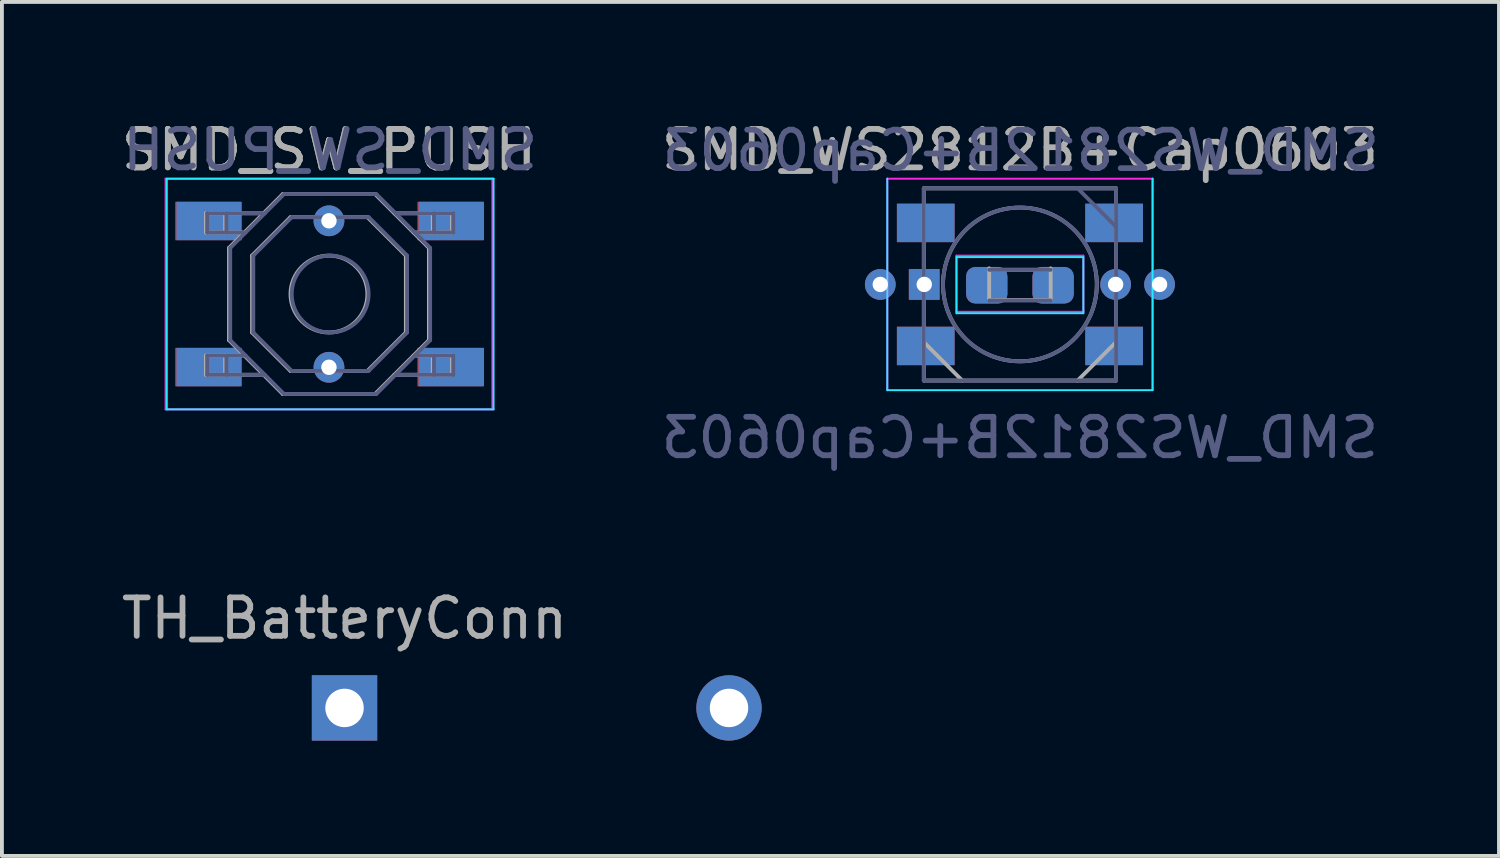
<source format=kicad_pcb>
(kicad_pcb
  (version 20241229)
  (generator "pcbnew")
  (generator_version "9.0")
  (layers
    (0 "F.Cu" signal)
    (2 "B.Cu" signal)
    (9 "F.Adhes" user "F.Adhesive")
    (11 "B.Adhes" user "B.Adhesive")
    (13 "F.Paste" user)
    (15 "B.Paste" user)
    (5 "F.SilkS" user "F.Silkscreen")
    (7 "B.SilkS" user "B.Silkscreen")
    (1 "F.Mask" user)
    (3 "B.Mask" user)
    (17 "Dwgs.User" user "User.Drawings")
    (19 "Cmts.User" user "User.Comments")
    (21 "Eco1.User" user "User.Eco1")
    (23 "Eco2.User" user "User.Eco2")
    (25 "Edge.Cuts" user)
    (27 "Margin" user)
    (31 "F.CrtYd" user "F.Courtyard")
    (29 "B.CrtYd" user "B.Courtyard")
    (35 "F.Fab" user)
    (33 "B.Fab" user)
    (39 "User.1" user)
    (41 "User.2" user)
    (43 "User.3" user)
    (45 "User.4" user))
  (footprint "SMD_WS2812B+Cap0603"
    (layer "F.Cu")
    (at 23.478 4.348)
    (property "Reference" "SMD_WS2812B+Cap0603" (at 0 -3.5 0) (layer "F.Fab") (effects (font (size 1 1) (thickness 0.15))))
    (property "Value" "SMD_WS2812B+Cap0603" (at 0 4 0) (layer "F.Fab") (hide yes) (effects (font (size 1 1) (thickness 0.15))))
    (attr smd)
    (fp_line (start -3.45 2.75) (end -3.45 -2.75) (stroke (width 0.05) (type solid)) (layer "B.CrtYd"))
    (fp_line (start -1.65 -0.711) (end -1.65 0.749) (stroke (width 0.05) (type solid)) (layer "B.CrtYd"))
    (fp_line (start -1.65 0.749) (end 1.65 0.749) (stroke (width 0.05) (type solid)) (layer "B.CrtYd"))
    (fp_line (start 1.65 -0.711) (end -1.65 -0.711) (stroke (width 0.05) (type solid)) (layer "B.CrtYd"))
    (fp_line (start 1.65 0.749) (end 1.65 -0.711) (stroke (width 0.05) (type solid)) (layer "B.CrtYd"))
    (fp_line (start 3.45 -2.75) (end 3.45 2.75) (stroke (width 0.05) (type solid)) (layer "B.CrtYd"))
    (fp_line (start 3.45 2.75) (end -3.45 2.75) (stroke (width 0.05) (type solid)) (layer "B.CrtYd"))
    (fp_line (start -3.45 -2.75) (end -3.45 2.75) (stroke (width 0.05) (type solid)) (layer "F.CrtYd"))
    (fp_line (start -1.65 -0.749) (end 1.65 -0.749) (stroke (width 0.05) (type solid)) (layer "F.CrtYd"))
    (fp_line (start -1.65 0.711) (end -1.65 -0.749) (stroke (width 0.05) (type solid)) (layer "F.CrtYd"))
    (fp_line (start 1.65 -0.749) (end 1.65 0.711) (stroke (width 0.05) (type solid)) (layer "F.CrtYd"))
    (fp_line (start 1.65 0.711) (end -1.65 0.711) (stroke (width 0.05) (type solid)) (layer "F.CrtYd"))
    (fp_line (start 3.45 -2.75) (end -3.45 -2.75) (stroke (width 0.05) (type solid)) (layer "F.CrtYd"))
    (fp_line (start 3.45 2.75) (end 3.45 -2.75) (stroke (width 0.05) (type solid)) (layer "F.CrtYd"))
    (fp_line (start -2.5 -2.5) (end 2.5 -2.5) (stroke (width 0.1) (type solid)) (layer "B.Fab"))
    (fp_line (start -2.5 2.5) (end -2.5 -2.5) (stroke (width 0.1) (type solid)) (layer "B.Fab"))
    (fp_line (start -0.8 0.419) (end 0.8 0.419) (stroke (width 0.1) (type solid)) (layer "B.Fab"))
    (fp_line (start 0.8 -0.381) (end -0.8 -0.381) (stroke (width 0.1) (type solid)) (layer "B.Fab"))
    (fp_line (start 2.5 -2.5) (end 2.5 2.5) (stroke (width 0.1) (type solid)) (layer "B.Fab"))
    (fp_line (start 2.5 -1.5) (end 1.5 -2.5) (stroke (width 0.1) (type solid)) (layer "B.Fab"))
    (fp_line (start 2.5 2.5) (end -2.5 2.5) (stroke (width 0.1) (type solid)) (layer "B.Fab"))
    (fp_circle (center 0 0) (end 0 2) (stroke (width 0.1) (type solid)) (fill no) (layer "B.Fab"))
    (fp_line (start -2.5 -2.5) (end -2.5 2.5) (stroke (width 0.1) (type solid)) (layer "F.Fab"))
    (fp_line (start -2.5 1.5) (end -1.5 2.5) (stroke (width 0.1) (type solid)) (layer "F.Fab"))
    (fp_line (start -2.5 2.5) (end 2.5 2.5) (stroke (width 0.1) (type solid)) (layer "F.Fab"))
    (fp_line (start -0.8 -0.381) (end 0.8 -0.381) (stroke (width 0.1) (type solid)) (layer "F.Fab"))
    (fp_line (start -0.8 0.381) (end -0.8 -0.419) (stroke (width 0.1) (type solid)) (layer "F.Fab"))
    (fp_line (start 0.8 -0.419) (end 0.8 0.381) (stroke (width 0.1) (type solid)) (layer "F.Fab"))
    (fp_line (start 0.8 0.406) (end -0.8 0.406) (stroke (width 0.1) (type solid)) (layer "F.Fab"))
    (fp_line (start 2.5 -2.5) (end -2.5 -2.5) (stroke (width 0.1) (type solid)) (layer "F.Fab"))
    (fp_line (start 2.5 1.5) (end 1.5 2.5) (stroke (width 0.1) (type solid)) (layer "F.Fab"))
    (fp_line (start 2.5 2.5) (end 2.5 -2.5) (stroke (width 0.1) (type solid)) (layer "F.Fab"))
    (fp_circle (center 0 0) (end 0 -2) (stroke (width 0.1) (type solid)) (fill no) (layer "F.Fab"))
    (fp_text user "${VALUE}" (at 0 3.988 180) (layer "B.Fab") (effects (font (size 1 1) (thickness 0.15)) (justify mirror)))
    (fp_text user "${REFERENCE}" (at 0.025 -3.48 180) (layer "B.Fab") (effects (font (size 1 1) (thickness 0.15)) (justify mirror)))
    (pad "1" thru_hole rect (at -2.489 0) (size 0.8 0.8) (drill 0.4) (layers "*.Cu" "*.Mask"))
    (pad "1" smd rect (at -2.45 -1.6) (size 1.5 1) (layers "F.Cu" "F.Mask" "F.Paste"))
    (pad "1" smd rect (at -2.45 1.6 180) (size 1.5 1) (layers "B.Cu" "B.Mask" "B.Paste"))
    (pad "1" smd roundrect (at -0.863 0.019 180) (size 1.075 0.95) (layers "B.Cu" "B.Mask" "B.Paste") (roundrect_rratio 0.25))
    (pad "1" smd roundrect (at -0.863 0.025) (size 1.075 0.95) (layers "F.Cu" "F.Mask" "F.Paste") (roundrect_rratio 0.25))
    (pad "2" thru_hole circle (at -3.632 0) (size 0.8 0.8) (drill 0.4) (layers "*.Cu" "*.Mask"))
    (pad "2" smd rect (at -2.45 -1.6 180) (size 1.5 1) (layers "B.Cu" "B.Mask" "B.Paste"))
    (pad "2" smd rect (at -2.45 1.6) (size 1.5 1) (layers "F.Cu" "F.Mask" "F.Paste"))
    (pad "3" smd roundrect (at 0.863 0.019 180) (size 1.075 0.95) (layers "B.Cu" "B.Mask" "B.Paste") (roundrect_rratio 0.25))
    (pad "3" smd roundrect (at 0.863 0.025) (size 1.075 0.95) (layers "F.Cu" "F.Mask" "F.Paste") (roundrect_rratio 0.25))
    (pad "3" smd rect (at 2.45 -1.6 180) (size 1.5 1) (layers "B.Cu" "B.Mask" "B.Paste"))
    (pad "3" smd rect (at 2.45 1.6) (size 1.5 1) (layers "F.Cu" "F.Mask" "F.Paste"))
    (pad "3" thru_hole circle (at 2.489 0) (size 0.8 0.8) (drill 0.4) (layers "*.Cu" "*.Mask"))
    (pad "4" smd rect (at 2.45 -1.6) (size 1.5 1) (layers "F.Cu" "F.Mask" "F.Paste"))
    (pad "4" smd rect (at 2.45 1.6 180) (size 1.5 1) (layers "B.Cu" "B.Mask" "B.Paste"))
    (pad "4" thru_hole circle (at 3.632 0) (size 0.8 0.8) (drill 0.4) (layers "*.Cu" "*.Mask")))
  (footprint "TH_BatteryConn"
    (layer "F.Cu")
    (at 5.911 15.363)
    (property "Reference" "TH_BatteryConn" (at 0 -2.33 0) (layer "F.Fab") (effects (font (size 1 1) (thickness 0.15))))
    (attr through_hole)
    (pad "1" thru_hole rect (at 0 0) (size 1.7 1.7) (drill 1) (layers "*.Cu" "*.Mask"))
    (pad "2" thru_hole oval (at 10 0) (size 1.7 1.7) (drill 1) (layers "*.Cu" "*.Mask")))
  (footprint "SMD_SW_PUSH"
    (layer "F.Cu")
    (at 5.506 4.598)
    (property "Reference" "SMD_SW_PUSH" (at 0 -3.75 0) (layer "F.Fab") (effects (font (size 1 1) (thickness 0.15))))
    (attr smd)
    (fp_line (start -4.218 -3) (end -4.218 3) (stroke (width 0.05) (type solid)) (layer "B.CrtYd"))
    (fp_line (start -4.218 3) (end 4.282 3) (stroke (width 0.05) (type solid)) (layer "B.CrtYd"))
    (fp_line (start 4.282 -3) (end -4.218 -3) (stroke (width 0.05) (type solid)) (layer "B.CrtYd"))
    (fp_line (start 4.282 3) (end 4.282 -3) (stroke (width 0.05) (type solid)) (layer "B.CrtYd"))
    (fp_line (start -4.25 -3) (end 4.25 -3) (stroke (width 0.05) (type solid)) (layer "F.CrtYd"))
    (fp_line (start -4.25 3) (end -4.25 -3) (stroke (width 0.05) (type solid)) (layer "F.CrtYd"))
    (fp_line (start 4.25 -3) (end 4.25 3) (stroke (width 0.05) (type solid)) (layer "F.CrtYd"))
    (fp_line (start 4.25 3) (end -4.25 3) (stroke (width 0.05) (type solid)) (layer "F.CrtYd"))
    (fp_line (start -3.168 -2.1) (end -3.168 -1.6) (stroke (width 0.1) (type solid)) (layer "B.Fab"))
    (fp_line (start -3.168 -1.6) (end -2.168 -1.6) (stroke (width 0.1) (type solid)) (layer "B.Fab"))
    (fp_line (start -3.168 1.6) (end -2.168 1.6) (stroke (width 0.1) (type solid)) (layer "B.Fab"))
    (fp_line (start -3.168 2.1) (end -3.168 1.6) (stroke (width 0.1) (type solid)) (layer "B.Fab"))
    (fp_line (start -2.668 -2.1) (end -2.668 -1.6) (stroke (width 0.1) (type solid)) (layer "B.Fab"))
    (fp_line (start -2.668 2.1) (end -2.668 1.6) (stroke (width 0.1) (type solid)) (layer "B.Fab"))
    (fp_line (start -2.568 -1.2) (end -1.168 -2.6) (stroke (width 0.1) (type solid)) (layer "B.Fab"))
    (fp_line (start -2.568 1.2) (end -2.568 -1.2) (stroke (width 0.1) (type solid)) (layer "B.Fab"))
    (fp_line (start -1.968 -1) (end -1.968 1) (stroke (width 0.1) (type solid)) (layer "B.Fab"))
    (fp_line (start -1.968 1) (end -0.968 2) (stroke (width 0.1) (type solid)) (layer "B.Fab"))
    (fp_line (start -1.668 -2.1) (end -3.168 -2.1) (stroke (width 0.1) (type solid)) (layer "B.Fab"))
    (fp_line (start -1.668 2.1) (end -3.168 2.1) (stroke (width 0.1) (type solid)) (layer "B.Fab"))
    (fp_line (start -1.168 -2.6) (end 1.232 -2.6) (stroke (width 0.1) (type solid)) (layer "B.Fab"))
    (fp_line (start -1.168 2.6) (end -2.568 1.2) (stroke (width 0.1) (type solid)) (layer "B.Fab"))
    (fp_line (start -0.968 -2) (end -1.968 -1) (stroke (width 0.1) (type solid)) (layer "B.Fab"))
    (fp_line (start -0.968 2) (end 1.032 2) (stroke (width 0.1) (type solid)) (layer "B.Fab"))
    (fp_line (start 1.032 -2) (end -0.968 -2) (stroke (width 0.1) (type solid)) (layer "B.Fab"))
    (fp_line (start 1.032 2) (end 2.032 1) (stroke (width 0.1) (type solid)) (layer "B.Fab"))
    (fp_line (start 1.232 -2.6) (end 2.632 -1.2) (stroke (width 0.1) (type solid)) (layer "B.Fab"))
    (fp_line (start 1.232 2.6) (end -1.168 2.6) (stroke (width 0.1) (type solid)) (layer "B.Fab"))
    (fp_line (start 1.732 -2.1) (end 3.232 -2.1) (stroke (width 0.1) (type solid)) (layer "B.Fab"))
    (fp_line (start 1.732 2.1) (end 3.232 2.1) (stroke (width 0.1) (type solid)) (layer "B.Fab"))
    (fp_line (start 2.032 -1) (end 1.032 -2) (stroke (width 0.1) (type solid)) (layer "B.Fab"))
    (fp_line (start 2.032 1) (end 2.032 -1) (stroke (width 0.1) (type solid)) (layer "B.Fab"))
    (fp_line (start 2.632 -1.2) (end 2.632 1.2) (stroke (width 0.1) (type solid)) (layer "B.Fab"))
    (fp_line (start 2.632 1.2) (end 1.232 2.6) (stroke (width 0.1) (type solid)) (layer "B.Fab"))
    (fp_line (start 2.732 -2.1) (end 2.732 -1.6) (stroke (width 0.1) (type solid)) (layer "B.Fab"))
    (fp_line (start 2.732 2.1) (end 2.732 1.6) (stroke (width 0.1) (type solid)) (layer "B.Fab"))
    (fp_line (start 3.232 -2.1) (end 3.232 -1.6) (stroke (width 0.1) (type solid)) (layer "B.Fab"))
    (fp_line (start 3.232 -1.6) (end 2.232 -1.6) (stroke (width 0.1) (type solid)) (layer "B.Fab"))
    (fp_line (start 3.232 1.6) (end 2.232 1.6) (stroke (width 0.1) (type solid)) (layer "B.Fab"))
    (fp_line (start 3.232 2.1) (end 3.232 1.6) (stroke (width 0.1) (type solid)) (layer "B.Fab"))
    (fp_circle (center 0.032 0) (end -0.968 0) (stroke (width 0.1) (type solid)) (fill no) (layer "B.Fab"))
    (fp_line (start -3.2 -2.1) (end -3.2 -1.6) (stroke (width 0.1) (type solid)) (layer "F.Fab"))
    (fp_line (start -3.2 -1.6) (end -2.2 -1.6) (stroke (width 0.1) (type solid)) (layer "F.Fab"))
    (fp_line (start -3.2 1.6) (end -2.2 1.6) (stroke (width 0.1) (type solid)) (layer "F.Fab"))
    (fp_line (start -3.2 2.1) (end -3.2 1.6) (stroke (width 0.1) (type solid)) (layer "F.Fab"))
    (fp_line (start -2.7 -2.1) (end -2.7 -1.6) (stroke (width 0.1) (type solid)) (layer "F.Fab"))
    (fp_line (start -2.7 2.1) (end -2.7 1.6) (stroke (width 0.1) (type solid)) (layer "F.Fab"))
    (fp_line (start -2.6 -1.2) (end -2.6 1.2) (stroke (width 0.1) (type solid)) (layer "F.Fab"))
    (fp_line (start -2.6 1.2) (end -1.2 2.6) (stroke (width 0.1) (type solid)) (layer "F.Fab"))
    (fp_line (start -2 -1) (end -1 -2) (stroke (width 0.1) (type solid)) (layer "F.Fab"))
    (fp_line (start -2 1) (end -2 -1) (stroke (width 0.1) (type solid)) (layer "F.Fab"))
    (fp_line (start -1.7 -2.1) (end -3.2 -2.1) (stroke (width 0.1) (type solid)) (layer "F.Fab"))
    (fp_line (start -1.7 2.1) (end -3.2 2.1) (stroke (width 0.1) (type solid)) (layer "F.Fab"))
    (fp_line (start -1.2 -2.6) (end -2.6 -1.2) (stroke (width 0.1) (type solid)) (layer "F.Fab"))
    (fp_line (start -1.2 2.6) (end 1.2 2.6) (stroke (width 0.1) (type solid)) (layer "F.Fab"))
    (fp_line (start -1 -2) (end 1 -2) (stroke (width 0.1) (type solid)) (layer "F.Fab"))
    (fp_line (start -1 2) (end -2 1) (stroke (width 0.1) (type solid)) (layer "F.Fab"))
    (fp_line (start 1 -2) (end 2 -1) (stroke (width 0.1) (type solid)) (layer "F.Fab"))
    (fp_line (start 1 2) (end -1 2) (stroke (width 0.1) (type solid)) (layer "F.Fab"))
    (fp_line (start 1.2 -2.6) (end -1.2 -2.6) (stroke (width 0.1) (type solid)) (layer "F.Fab"))
    (fp_line (start 1.2 2.6) (end 2.6 1.2) (stroke (width 0.1) (type solid)) (layer "F.Fab"))
    (fp_line (start 1.7 -2.1) (end 3.2 -2.1) (stroke (width 0.1) (type solid)) (layer "F.Fab"))
    (fp_line (start 1.7 2.1) (end 3.2 2.1) (stroke (width 0.1) (type solid)) (layer "F.Fab"))
    (fp_line (start 2 -1) (end 2 1) (stroke (width 0.1) (type solid)) (layer "F.Fab"))
    (fp_line (start 2 1) (end 1 2) (stroke (width 0.1) (type solid)) (layer "F.Fab"))
    (fp_line (start 2.6 -1.2) (end 1.2 -2.6) (stroke (width 0.1) (type solid)) (layer "F.Fab"))
    (fp_line (start 2.6 1.2) (end 2.6 -1.2) (stroke (width 0.1) (type solid)) (layer "F.Fab"))
    (fp_line (start 2.7 -2.1) (end 2.7 -1.6) (stroke (width 0.1) (type solid)) (layer "F.Fab"))
    (fp_line (start 2.7 2.1) (end 2.7 1.6) (stroke (width 0.1) (type solid)) (layer "F.Fab"))
    (fp_line (start 3.2 -2.1) (end 3.2 -1.6) (stroke (width 0.1) (type solid)) (layer "F.Fab"))
    (fp_line (start 3.2 -1.6) (end 2.2 -1.6) (stroke (width 0.1) (type solid)) (layer "F.Fab"))
    (fp_line (start 3.2 1.6) (end 2.2 1.6) (stroke (width 0.1) (type solid)) (layer "F.Fab"))
    (fp_line (start 3.2 2.1) (end 3.2 1.6) (stroke (width 0.1) (type solid)) (layer "F.Fab"))
    (fp_circle (center 0 0) (end 1 0) (stroke (width 0.1) (type solid)) (fill no) (layer "F.Fab"))
    (fp_text user "${REFERENCE}" (at 0.032 -3.75 0) (layer "B.Fab") (effects (font (size 1 1) (thickness 0.15)) (justify mirror)))
    (fp_text user "${REFERENCE}" (at 0 -3.75 0) (layer "F.Fab") (effects (font (size 1 1) (thickness 0.15))))
    (pad "1" smd rect (at -3.15 -1.9) (size 1.7 1) (layers "F.Cu" "F.Mask" "F.Paste"))
    (pad "1" smd rect (at -3.118 -1.9) (size 1.7 1) (layers "B.Cu" "B.Mask" "B.Paste"))
    (pad "1" thru_hole circle (at 0 -1.905) (size 0.8 0.8) (drill 0.4) (layers "*.Cu" "*.Mask"))
    (pad "1" smd rect (at 3.15 -1.9) (size 1.7 1) (layers "F.Cu" "F.Mask" "F.Paste"))
    (pad "1" smd rect (at 3.182 -1.9) (size 1.7 1) (layers "B.Cu" "B.Mask" "B.Paste"))
    (pad "2" smd rect (at -3.15 1.9) (size 1.7 1) (layers "F.Cu" "F.Mask" "F.Paste"))
    (pad "2" smd rect (at -3.118 1.9) (size 1.7 1) (layers "B.Cu" "B.Mask" "B.Paste"))
    (pad "2" thru_hole circle (at 0 1.905) (size 0.8 0.8) (drill 0.4) (layers "*.Cu" "*.Mask"))
    (pad "2" smd rect (at 3.15 1.9) (size 1.7 1) (layers "F.Cu" "F.Mask" "F.Paste"))
    (pad "2" smd rect (at 3.182 1.9) (size 1.7 1) (layers "B.Cu" "B.Mask" "B.Paste")))
  (gr_rect
    (start -3 -3)
    (end 35.938 19.213)
    (stroke (width 0.1) (type default))
    (fill no)
    (layer "Edge.Cuts")))
</source>
